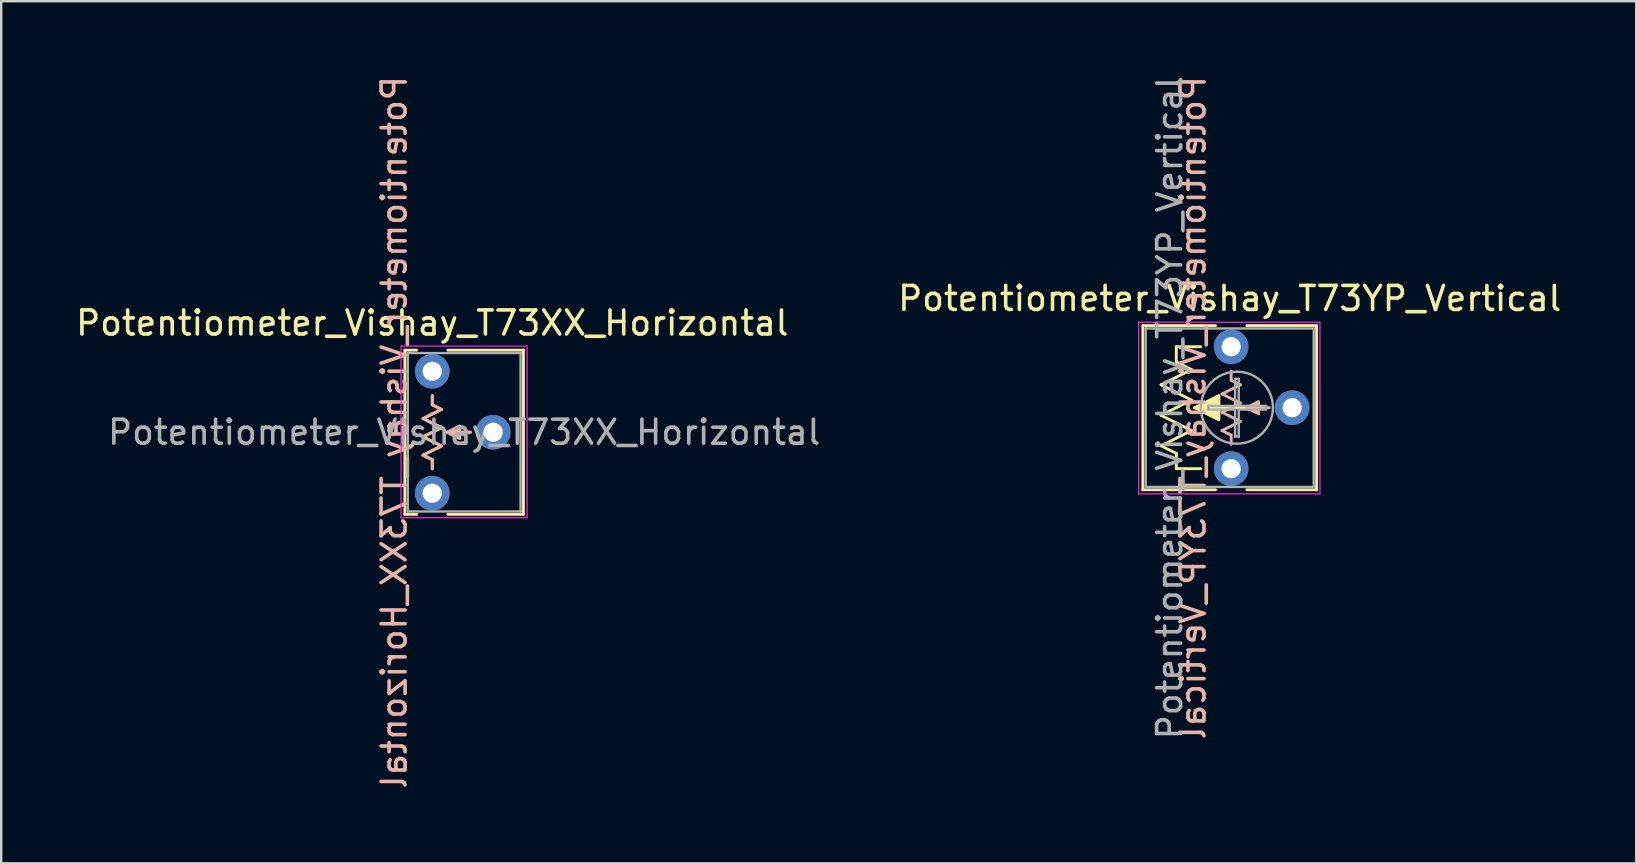
<source format=kicad_pcb>
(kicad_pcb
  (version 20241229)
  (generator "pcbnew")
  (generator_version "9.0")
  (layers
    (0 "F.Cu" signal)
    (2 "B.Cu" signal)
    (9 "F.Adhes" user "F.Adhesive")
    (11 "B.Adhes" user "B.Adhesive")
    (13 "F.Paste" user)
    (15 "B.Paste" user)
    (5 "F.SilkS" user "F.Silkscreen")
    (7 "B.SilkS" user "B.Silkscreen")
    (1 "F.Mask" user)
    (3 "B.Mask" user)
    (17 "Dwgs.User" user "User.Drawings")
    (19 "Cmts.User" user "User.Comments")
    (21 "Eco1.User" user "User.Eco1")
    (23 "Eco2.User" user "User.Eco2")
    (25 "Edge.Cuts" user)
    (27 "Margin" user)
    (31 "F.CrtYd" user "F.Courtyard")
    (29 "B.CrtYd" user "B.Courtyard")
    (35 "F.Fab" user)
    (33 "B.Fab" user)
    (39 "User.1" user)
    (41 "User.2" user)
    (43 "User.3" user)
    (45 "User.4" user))
  (footprint "Potentiometer_Vishay_T73XX_Horizontal"
    (layer "F.Cu")
    (at 14.958 12.418)
    (property "Reference" "Potentiometer_Vishay_T73XX_Horizontal" (at 0 -2.01 0) (layer "F.SilkS") (effects (font (size 1 1) (thickness 0.15))))
    (attr through_hole)
    (fp_line (start -1.14 -0.88) (end -1.14 5.96) (stroke (width 0.12) (type solid)) (layer "F.SilkS"))
    (fp_line (start -1.14 -0.88) (end -0.65 -0.88) (stroke (width 0.12) (type solid)) (layer "F.SilkS"))
    (fp_line (start -1.14 5.96) (end -0.65 5.96) (stroke (width 0.12) (type solid)) (layer "F.SilkS"))
    (fp_line (start -0.381 1.968) (end 0 1.778) (stroke (width 0.12) (type solid)) (layer "F.SilkS"))
    (fp_line (start -0.381 2.731) (end 0 2.54) (stroke (width 0.12) (type solid)) (layer "F.SilkS"))
    (fp_line (start -0.381 3.493) (end 0 3.302) (stroke (width 0.12) (type solid)) (layer "F.SilkS"))
    (fp_line (start 0 1.397) (end 0 1.016) (stroke (width 0.12) (type solid)) (layer "F.SilkS"))
    (fp_line (start 0 1.397) (end 0.381 1.587) (stroke (width 0.12) (type solid)) (layer "F.SilkS"))
    (fp_line (start 0 2.159) (end -0.381 1.968) (stroke (width 0.12) (type solid)) (layer "F.SilkS"))
    (fp_line (start 0 2.159) (end 0.381 2.349) (stroke (width 0.12) (type solid)) (layer "F.SilkS"))
    (fp_line (start 0 2.921) (end -0.381 2.731) (stroke (width 0.12) (type solid)) (layer "F.SilkS"))
    (fp_line (start 0 2.921) (end 0.381 3.111) (stroke (width 0.12) (type solid)) (layer "F.SilkS"))
    (fp_line (start 0 3.683) (end -0.381 3.493) (stroke (width 0.12) (type solid)) (layer "F.SilkS"))
    (fp_line (start 0 3.683) (end 0 4.064) (stroke (width 0.12) (type solid)) (layer "F.SilkS"))
    (fp_line (start 0.381 1.587) (end 0 1.778) (stroke (width 0.12) (type solid)) (layer "F.SilkS"))
    (fp_line (start 0.381 2.349) (end 0 2.54) (stroke (width 0.12) (type solid)) (layer "F.SilkS"))
    (fp_line (start 0.381 3.111) (end 0 3.302) (stroke (width 0.12) (type solid)) (layer "F.SilkS"))
    (fp_line (start 0.65 -0.88) (end 3.8 -0.88) (stroke (width 0.12) (type solid)) (layer "F.SilkS"))
    (fp_line (start 0.65 5.96) (end 3.8 5.96) (stroke (width 0.12) (type solid)) (layer "F.SilkS"))
    (fp_line (start 1.587 2.54) (end 0.635 2.54) (stroke (width 0.12) (type solid)) (layer "F.SilkS"))
    (fp_line (start 3.8 -0.88) (end 3.8 5.96) (stroke (width 0.12) (type solid)) (layer "F.SilkS"))
    (fp_poly (pts (xy 1.143 2.794) (xy 0.635 2.54) (xy 1.143 2.286)) (stroke (width 0.12) (type solid)) (fill yes) (layer "F.SilkS"))
    (fp_line (start -0.381 1.968) (end 0.381 2.349) (stroke (width 0.12) (type solid)) (layer "B.SilkS"))
    (fp_line (start -0.381 2.731) (end 0.381 3.111) (stroke (width 0.12) (type solid)) (layer "B.SilkS"))
    (fp_line (start -0.381 3.493) (end 0 3.683) (stroke (width 0.12) (type solid)) (layer "B.SilkS"))
    (fp_line (start 0 1.016) (end 0 1.397) (stroke (width 0.12) (type solid)) (layer "B.SilkS"))
    (fp_line (start 0 1.397) (end 0.381 1.587) (stroke (width 0.12) (type solid)) (layer "B.SilkS"))
    (fp_line (start 0 3.683) (end 0 4.064) (stroke (width 0.12) (type solid)) (layer "B.SilkS"))
    (fp_line (start 0.381 1.587) (end -0.381 1.968) (stroke (width 0.12) (type solid)) (layer "B.SilkS"))
    (fp_line (start 0.381 2.349) (end -0.381 2.731) (stroke (width 0.12) (type solid)) (layer "B.SilkS"))
    (fp_line (start 0.381 3.111) (end -0.381 3.493) (stroke (width 0.12) (type solid)) (layer "B.SilkS"))
    (fp_line (start 1.587 2.54) (end 0.635 2.54) (stroke (width 0.12) (type solid)) (layer "B.SilkS"))
    (fp_poly (pts (xy 1.143 2.794) (xy 0.635 2.54) (xy 1.143 2.286)) (stroke (width 0.12) (type solid)) (fill yes) (layer "B.SilkS"))
    (fp_line (start -1.3 -1.05) (end -1.3 6.1) (stroke (width 0.05) (type solid)) (layer "F.CrtYd"))
    (fp_line (start -1.3 6.1) (end 3.95 6.1) (stroke (width 0.05) (type solid)) (layer "F.CrtYd"))
    (fp_line (start 3.95 -1.05) (end -1.3 -1.05) (stroke (width 0.05) (type solid)) (layer "F.CrtYd"))
    (fp_line (start 3.95 6.1) (end 3.95 -1.05) (stroke (width 0.05) (type solid)) (layer "F.CrtYd"))
    (fp_line (start -1.02 -0.76) (end 3.68 -0.76) (stroke (width 0.1) (type solid)) (layer "F.Fab"))
    (fp_line (start -1.02 5.84) (end -1.02 -0.76) (stroke (width 0.1) (type solid)) (layer "F.Fab"))
    (fp_line (start 3.68 -0.76) (end 3.68 5.84) (stroke (width 0.1) (type solid)) (layer "F.Fab"))
    (fp_line (start 3.68 5.84) (end -1.02 5.84) (stroke (width 0.1) (type solid)) (layer "F.Fab"))
    (fp_text user "${REFERENCE}" (at -1.587 2.54 90) (unlocked yes) (layer "B.SilkS") (effects (font (size 1 1) (thickness 0.15)) (justify mirror)))
    (fp_text user "${REFERENCE}" (at 1.33 2.54 0) (layer "F.Fab") (effects (font (size 1 1) (thickness 0.15))))
    (pad "1" thru_hole circle (at 0 0) (size 1.44 1.44) (drill 0.8) (layers "*.Cu" "*.Mask"))
    (pad "2" thru_hole circle (at 2.54 2.54) (size 1.44 1.44) (drill 0.8) (layers "*.Cu" "*.Mask"))
    (pad "3" thru_hole circle (at 0 5.08) (size 1.44 1.44) (drill 0.8) (layers "*.Cu" "*.Mask")))
  (footprint "Potentiometer_Vishay_T73YP_Vertical"
    (layer "F.Cu")
    (at 48.241 16.475)
    (property "Reference" "Potentiometer_Vishay_T73YP_Vertical" (at -0.06 -7.09 0) (layer "F.SilkS") (effects (font (size 1 1) (thickness 0.15))))
    (attr through_hole)
    (fp_line (start -3.68 -5.96) (end -3.68 0.88) (stroke (width 0.12) (type solid)) (layer "F.SilkS"))
    (fp_line (start -3.68 -5.96) (end -0.65 -5.96) (stroke (width 0.12) (type solid)) (layer "F.SilkS"))
    (fp_line (start -3.68 0.88) (end -0.65 0.88) (stroke (width 0.12) (type solid)) (layer "F.SilkS"))
    (fp_line (start -2.921 -3.493) (end -2.286 -3.81) (stroke (width 0.12) (type solid)) (layer "F.SilkS"))
    (fp_line (start -2.921 -2.223) (end -2.286 -2.54) (stroke (width 0.12) (type solid)) (layer "F.SilkS"))
    (fp_line (start -2.921 -0.953) (end -2.286 -1.27) (stroke (width 0.12) (type solid)) (layer "F.SilkS"))
    (fp_line (start -2.286 -5.08) (end -2.286 -4.445) (stroke (width 0.12) (type solid)) (layer "F.SilkS"))
    (fp_line (start -2.286 -4.445) (end -1.651 -4.128) (stroke (width 0.12) (type solid)) (layer "F.SilkS"))
    (fp_line (start -2.286 -3.175) (end -2.921 -3.493) (stroke (width 0.12) (type solid)) (layer "F.SilkS"))
    (fp_line (start -2.286 -3.175) (end -1.651 -2.857) (stroke (width 0.12) (type solid)) (layer "F.SilkS"))
    (fp_line (start -2.286 -1.905) (end -2.921 -2.223) (stroke (width 0.12) (type solid)) (layer "F.SilkS"))
    (fp_line (start -2.286 -1.905) (end -1.651 -1.587) (stroke (width 0.12) (type solid)) (layer "F.SilkS"))
    (fp_line (start -2.286 -0.635) (end -2.921 -0.953) (stroke (width 0.12) (type solid)) (layer "F.SilkS"))
    (fp_line (start -2.286 0) (end -2.286 -0.635) (stroke (width 0.12) (type solid)) (layer "F.SilkS"))
    (fp_line (start -1.651 -4.128) (end -2.286 -3.81) (stroke (width 0.12) (type solid)) (layer "F.SilkS"))
    (fp_line (start -1.651 -2.857) (end -2.286 -2.54) (stroke (width 0.12) (type solid)) (layer "F.SilkS"))
    (fp_line (start -1.651 -1.587) (end -2.286 -1.27) (stroke (width 0.12) (type solid)) (layer "F.SilkS"))
    (fp_line (start -1.524 -2.54) (end 1.27 -2.54) (stroke (width 0.12) (type solid)) (layer "F.SilkS"))
    (fp_line (start -1.27 -5.08) (end -2.286 -5.08) (stroke (width 0.12) (type solid)) (layer "F.SilkS"))
    (fp_line (start -1.27 0) (end -2.286 0) (stroke (width 0.12) (type solid)) (layer "F.SilkS"))
    (fp_line (start 0.65 -5.96) (end 3.56 -5.96) (stroke (width 0.12) (type solid)) (layer "F.SilkS"))
    (fp_line (start 0.65 0.88) (end 3.56 0.88) (stroke (width 0.12) (type solid)) (layer "F.SilkS"))
    (fp_line (start 3.56 -5.96) (end 3.56 0.88) (stroke (width 0.12) (type solid)) (layer "F.SilkS"))
    (fp_poly (pts (xy -0.508 -2.032) (xy -1.524 -2.54) (xy -0.508 -3.048)) (stroke (width 0.12) (type solid)) (fill yes) (layer "F.SilkS"))
    (fp_line (start -0.381 -3.111) (end 0.381 -2.731) (stroke (width 0.12) (type solid)) (layer "B.SilkS"))
    (fp_line (start -0.381 -2.349) (end 0.381 -1.968) (stroke (width 0.12) (type solid)) (layer "B.SilkS"))
    (fp_line (start -0.381 -1.587) (end 0 -1.397) (stroke (width 0.12) (type solid)) (layer "B.SilkS"))
    (fp_line (start 0 -4.064) (end 0 -3.683) (stroke (width 0.12) (type solid)) (layer "B.SilkS"))
    (fp_line (start 0 -3.683) (end 0.381 -3.493) (stroke (width 0.12) (type solid)) (layer "B.SilkS"))
    (fp_line (start 0 -1.397) (end 0 -1.016) (stroke (width 0.12) (type solid)) (layer "B.SilkS"))
    (fp_line (start 0.381 -3.493) (end -0.381 -3.111) (stroke (width 0.12) (type solid)) (layer "B.SilkS"))
    (fp_line (start 0.381 -2.731) (end -0.381 -2.349) (stroke (width 0.12) (type solid)) (layer "B.SilkS"))
    (fp_line (start 0.381 -1.968) (end -0.381 -1.587) (stroke (width 0.12) (type solid)) (layer "B.SilkS"))
    (fp_line (start 1.587 -2.54) (end 0.635 -2.54) (stroke (width 0.12) (type solid)) (layer "B.SilkS"))
    (fp_poly (pts (xy 1.143 -2.286) (xy 0.635 -2.54) (xy 1.143 -2.794)) (stroke (width 0.12) (type solid)) (fill yes) (layer "B.SilkS"))
    (fp_line (start -3.85 -6.1) (end -3.85 1.05) (stroke (width 0.05) (type solid)) (layer "F.CrtYd"))
    (fp_line (start -3.85 1.05) (end 3.7 1.05) (stroke (width 0.05) (type solid)) (layer "F.CrtYd"))
    (fp_line (start 3.7 -6.1) (end -3.85 -6.1) (stroke (width 0.05) (type solid)) (layer "F.CrtYd"))
    (fp_line (start 3.7 1.05) (end 3.7 -6.1) (stroke (width 0.05) (type solid)) (layer "F.CrtYd"))
    (fp_line (start -3.56 -5.84) (end -3.56 0.76) (stroke (width 0.1) (type solid)) (layer "F.Fab"))
    (fp_line (start -3.56 0.76) (end 3.44 0.76) (stroke (width 0.1) (type solid)) (layer "F.Fab"))
    (fp_line (start -0.961 -2.616) (end 0.164 -2.616) (stroke (width 0.1) (type solid)) (layer "F.Fab"))
    (fp_line (start -0.961 -2.464) (end -0.961 -2.616) (stroke (width 0.1) (type solid)) (layer "F.Fab"))
    (fp_line (start 0.164 -3.741) (end 0.316 -3.741) (stroke (width 0.1) (type solid)) (layer "F.Fab"))
    (fp_line (start 0.164 -2.616) (end 0.164 -3.741) (stroke (width 0.1) (type solid)) (layer "F.Fab"))
    (fp_line (start 0.164 -2.464) (end -0.961 -2.464) (stroke (width 0.1) (type solid)) (layer "F.Fab"))
    (fp_line (start 0.164 -1.339) (end 0.164 -2.464) (stroke (width 0.1) (type solid)) (layer "F.Fab"))
    (fp_line (start 0.316 -3.741) (end 0.316 -2.616) (stroke (width 0.1) (type solid)) (layer "F.Fab"))
    (fp_line (start 0.316 -2.616) (end 1.441 -2.616) (stroke (width 0.1) (type solid)) (layer "F.Fab"))
    (fp_line (start 0.316 -2.464) (end 0.316 -1.339) (stroke (width 0.1) (type solid)) (layer "F.Fab"))
    (fp_line (start 0.316 -1.339) (end 0.164 -1.339) (stroke (width 0.1) (type solid)) (layer "F.Fab"))
    (fp_line (start 1.441 -2.616) (end 1.441 -2.464) (stroke (width 0.1) (type solid)) (layer "F.Fab"))
    (fp_line (start 1.441 -2.464) (end 0.316 -2.464) (stroke (width 0.1) (type solid)) (layer "F.Fab"))
    (fp_line (start 3.44 -5.84) (end -3.56 -5.84) (stroke (width 0.1) (type solid)) (layer "F.Fab"))
    (fp_line (start 3.44 0.76) (end 3.44 -5.84) (stroke (width 0.1) (type solid)) (layer "F.Fab"))
    (fp_circle (center 0.24 -2.54) (end 1.74 -2.54) (stroke (width 0.1) (type solid)) (fill no) (layer "F.Fab"))
    (fp_text user "${REFERENCE}" (at -1.587 -2.54 90) (unlocked yes) (layer "B.SilkS") (effects (font (size 1 1) (thickness 0.15)) (justify mirror)))
    (fp_text user "${REFERENCE}" (at -2.56 -2.54 90) (layer "F.Fab") (effects (font (size 1 1) (thickness 0.15))))
    (pad "1" thru_hole circle (at 0 0) (size 1.44 1.44) (drill 0.8) (layers "*.Cu" "*.Mask"))
    (pad "2" thru_hole circle (at 2.54 -2.54) (size 1.44 1.44) (drill 0.8) (layers "*.Cu" "*.Mask"))
    (pad "3" thru_hole circle (at 0 -5.08) (size 1.44 1.44) (drill 0.8) (layers "*.Cu" "*.Mask")))
  (gr_rect
    (start -3 -3)
    (end 65.116 32.917)
    (stroke (width 0.1) (type default))
    (fill no)
    (layer "Edge.Cuts")))
</source>
